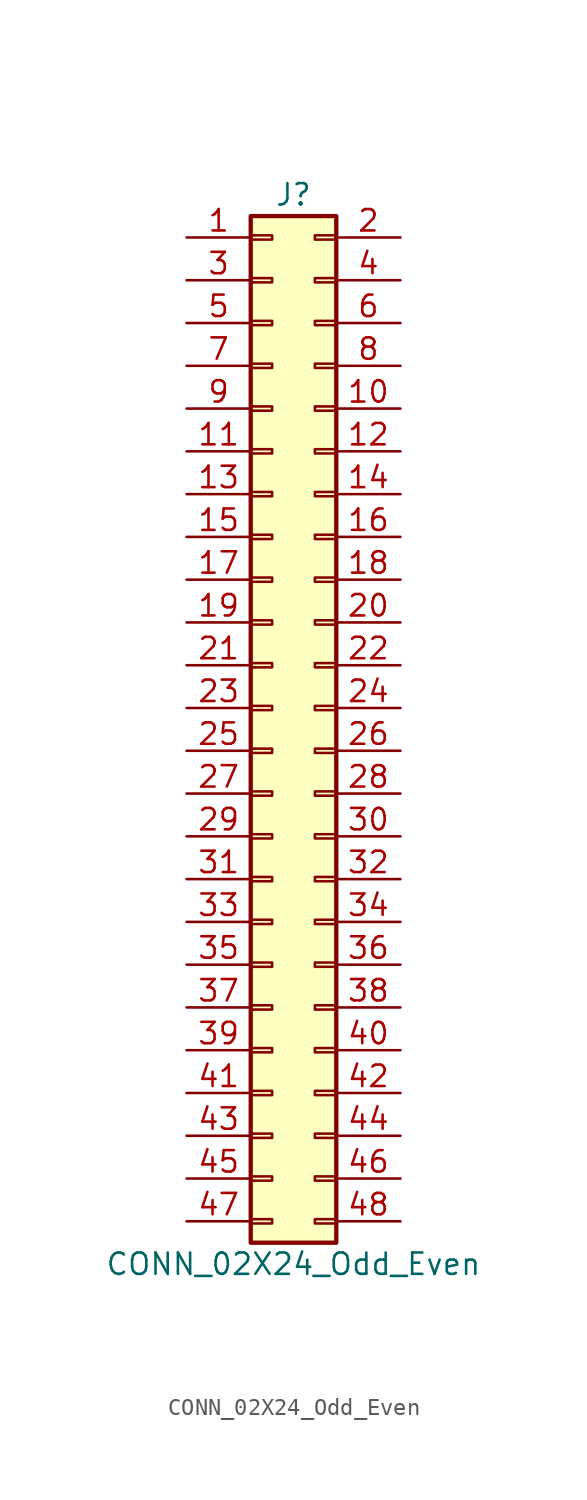
<source format=kicad_sym>
(kicad_symbol_lib
  (version 20211014)
  (generator kicad_symbol_editor)
  (symbol "CONN_02X24_Odd_Even"
    (pin_names
      (offset 1.016) hide)
    (property "Reference" "J"
      (at 1.27 30.48 0)
      (effects (font (size 1.27 1.27))))
    (property "Value" "CONN_02X24_Odd_Even"
      (at 1.27 -33.02 0)
      (effects (font (size 1.27 1.27))))
    (symbol "CONN_02X24_Odd_Even_1_1"
      (rectangle (start -1.27 -30.353) (end 0 -30.607) (stroke (width 0.152) (type default) (color 0 0 0 0)) (fill (type none)))
      (rectangle (start -1.27 -27.813) (end 0 -28.067) (stroke (width 0.152) (type default) (color 0 0 0 0)) (fill (type none)))
      (rectangle (start -1.27 -25.273) (end 0 -25.527) (stroke (width 0.152) (type default) (color 0 0 0 0)) (fill (type none)))
      (rectangle (start -1.27 -22.733) (end 0 -22.987) (stroke (width 0.152) (type default) (color 0 0 0 0)) (fill (type none)))
      (rectangle (start -1.27 -20.193) (end 0 -20.447) (stroke (width 0.152) (type default) (color 0 0 0 0)) (fill (type none)))
      (rectangle (start -1.27 -17.653) (end 0 -17.907) (stroke (width 0.152) (type default) (color 0 0 0 0)) (fill (type none)))
      (rectangle (start -1.27 -15.113) (end 0 -15.367) (stroke (width 0.152) (type default) (color 0 0 0 0)) (fill (type none)))
      (rectangle (start -1.27 -12.573) (end 0 -12.827) (stroke (width 0.152) (type default) (color 0 0 0 0)) (fill (type none)))
      (rectangle (start -1.27 -10.033) (end 0 -10.287) (stroke (width 0.152) (type default) (color 0 0 0 0)) (fill (type none)))
      (rectangle (start -1.27 -7.493) (end 0 -7.747) (stroke (width 0.152) (type default) (color 0 0 0 0)) (fill (type none)))
      (rectangle (start -1.27 -4.953) (end 0 -5.207) (stroke (width 0.152) (type default) (color 0 0 0 0)) (fill (type none)))
      (rectangle (start -1.27 -2.413) (end 0 -2.667) (stroke (width 0.152) (type default) (color 0 0 0 0)) (fill (type none)))
      (rectangle (start -1.27 0.127) (end 0 -0.127) (stroke (width 0.152) (type default) (color 0 0 0 0)) (fill (type none)))
      (rectangle (start -1.27 2.667) (end 0 2.413) (stroke (width 0.152) (type default) (color 0 0 0 0)) (fill (type none)))
      (rectangle (start -1.27 5.207) (end 0 4.953) (stroke (width 0.152) (type default) (color 0 0 0 0)) (fill (type none)))
      (rectangle (start -1.27 7.747) (end 0 7.493) (stroke (width 0.152) (type default) (color 0 0 0 0)) (fill (type none)))
      (rectangle (start -1.27 10.287) (end 0 10.033) (stroke (width 0.152) (type default) (color 0 0 0 0)) (fill (type none)))
      (rectangle (start -1.27 12.827) (end 0 12.573) (stroke (width 0.152) (type default) (color 0 0 0 0)) (fill (type none)))
      (rectangle (start -1.27 15.367) (end 0 15.113) (stroke (width 0.152) (type default) (color 0 0 0 0)) (fill (type none)))
      (rectangle (start -1.27 17.907) (end 0 17.653) (stroke (width 0.152) (type default) (color 0 0 0 0)) (fill (type none)))
      (rectangle (start -1.27 20.447) (end 0 20.193) (stroke (width 0.152) (type default) (color 0 0 0 0)) (fill (type none)))
      (rectangle (start -1.27 22.987) (end 0 22.733) (stroke (width 0.152) (type default) (color 0 0 0 0)) (fill (type none)))
      (rectangle (start -1.27 25.527) (end 0 25.273) (stroke (width 0.152) (type default) (color 0 0 0 0)) (fill (type none)))
      (rectangle (start -1.27 28.067) (end 0 27.813) (stroke (width 0.152) (type default) (color 0 0 0 0)) (fill (type none)))
      (rectangle (start -1.27 29.21) (end 3.81 -31.75) (stroke (width 0.254) (type default) (color 0 0 0 0)) (fill (type background)))
      (rectangle (start 3.81 -30.353) (end 2.54 -30.607) (stroke (width 0.152) (type default) (color 0 0 0 0)) (fill (type none)))
      (rectangle (start 3.81 -27.813) (end 2.54 -28.067) (stroke (width 0.152) (type default) (color 0 0 0 0)) (fill (type none)))
      (rectangle (start 3.81 -25.273) (end 2.54 -25.527) (stroke (width 0.152) (type default) (color 0 0 0 0)) (fill (type none)))
      (rectangle (start 3.81 -22.733) (end 2.54 -22.987) (stroke (width 0.152) (type default) (color 0 0 0 0)) (fill (type none)))
      (rectangle (start 3.81 -20.193) (end 2.54 -20.447) (stroke (width 0.152) (type default) (color 0 0 0 0)) (fill (type none)))
      (rectangle (start 3.81 -17.653) (end 2.54 -17.907) (stroke (width 0.152) (type default) (color 0 0 0 0)) (fill (type none)))
      (rectangle (start 3.81 -15.113) (end 2.54 -15.367) (stroke (width 0.152) (type default) (color 0 0 0 0)) (fill (type none)))
      (rectangle (start 3.81 -12.573) (end 2.54 -12.827) (stroke (width 0.152) (type default) (color 0 0 0 0)) (fill (type none)))
      (rectangle (start 3.81 -10.033) (end 2.54 -10.287) (stroke (width 0.152) (type default) (color 0 0 0 0)) (fill (type none)))
      (rectangle (start 3.81 -7.493) (end 2.54 -7.747) (stroke (width 0.152) (type default) (color 0 0 0 0)) (fill (type none)))
      (rectangle (start 3.81 -4.953) (end 2.54 -5.207) (stroke (width 0.152) (type default) (color 0 0 0 0)) (fill (type none)))
      (rectangle (start 3.81 -2.413) (end 2.54 -2.667) (stroke (width 0.152) (type default) (color 0 0 0 0)) (fill (type none)))
      (rectangle (start 3.81 0.127) (end 2.54 -0.127) (stroke (width 0.152) (type default) (color 0 0 0 0)) (fill (type none)))
      (rectangle (start 3.81 2.667) (end 2.54 2.413) (stroke (width 0.152) (type default) (color 0 0 0 0)) (fill (type none)))
      (rectangle (start 3.81 5.207) (end 2.54 4.953) (stroke (width 0.152) (type default) (color 0 0 0 0)) (fill (type none)))
      (rectangle (start 3.81 7.747) (end 2.54 7.493) (stroke (width 0.152) (type default) (color 0 0 0 0)) (fill (type none)))
      (rectangle (start 3.81 10.287) (end 2.54 10.033) (stroke (width 0.152) (type default) (color 0 0 0 0)) (fill (type none)))
      (rectangle (start 3.81 12.827) (end 2.54 12.573) (stroke (width 0.152) (type default) (color 0 0 0 0)) (fill (type none)))
      (rectangle (start 3.81 15.367) (end 2.54 15.113) (stroke (width 0.152) (type default) (color 0 0 0 0)) (fill (type none)))
      (rectangle (start 3.81 17.907) (end 2.54 17.653) (stroke (width 0.152) (type default) (color 0 0 0 0)) (fill (type none)))
      (rectangle (start 3.81 20.447) (end 2.54 20.193) (stroke (width 0.152) (type default) (color 0 0 0 0)) (fill (type none)))
      (rectangle (start 3.81 22.987) (end 2.54 22.733) (stroke (width 0.152) (type default) (color 0 0 0 0)) (fill (type none)))
      (rectangle (start 3.81 25.527) (end 2.54 25.273) (stroke (width 0.152) (type default) (color 0 0 0 0)) (fill (type none)))
      (rectangle (start 3.81 28.067) (end 2.54 27.813) (stroke (width 0.152) (type default) (color 0 0 0 0)) (fill (type none)))
      (pin passive line (at -5.08 27.94 0) (length 3.81) (name "Pin_1" (effects (font (size 1.27 1.27)))) (number "1" (effects (font (size 1.27 1.27)))))
      (pin passive line (at 7.62 17.78 180) (length 3.81) (name "Pin_10" (effects (font (size 1.27 1.27)))) (number "10" (effects (font (size 1.27 1.27)))))
      (pin passive line (at -5.08 15.24 0) (length 3.81) (name "Pin_11" (effects (font (size 1.27 1.27)))) (number "11" (effects (font (size 1.27 1.27)))))
      (pin passive line (at 7.62 15.24 180) (length 3.81) (name "Pin_12" (effects (font (size 1.27 1.27)))) (number "12" (effects (font (size 1.27 1.27)))))
      (pin passive line (at -5.08 12.7 0) (length 3.81) (name "Pin_13" (effects (font (size 1.27 1.27)))) (number "13" (effects (font (size 1.27 1.27)))))
      (pin passive line (at 7.62 12.7 180) (length 3.81) (name "Pin_14" (effects (font (size 1.27 1.27)))) (number "14" (effects (font (size 1.27 1.27)))))
      (pin passive line (at -5.08 10.16 0) (length 3.81) (name "Pin_15" (effects (font (size 1.27 1.27)))) (number "15" (effects (font (size 1.27 1.27)))))
      (pin passive line (at 7.62 10.16 180) (length 3.81) (name "Pin_16" (effects (font (size 1.27 1.27)))) (number "16" (effects (font (size 1.27 1.27)))))
      (pin passive line (at -5.08 7.62 0) (length 3.81) (name "Pin_17" (effects (font (size 1.27 1.27)))) (number "17" (effects (font (size 1.27 1.27)))))
      (pin passive line (at 7.62 7.62 180) (length 3.81) (name "Pin_18" (effects (font (size 1.27 1.27)))) (number "18" (effects (font (size 1.27 1.27)))))
      (pin passive line (at -5.08 5.08 0) (length 3.81) (name "Pin_19" (effects (font (size 1.27 1.27)))) (number "19" (effects (font (size 1.27 1.27)))))
      (pin passive line (at 7.62 27.94 180) (length 3.81) (name "Pin_2" (effects (font (size 1.27 1.27)))) (number "2" (effects (font (size 1.27 1.27)))))
      (pin passive line (at 7.62 5.08 180) (length 3.81) (name "Pin_20" (effects (font (size 1.27 1.27)))) (number "20" (effects (font (size 1.27 1.27)))))
      (pin passive line (at -5.08 2.54 0) (length 3.81) (name "Pin_21" (effects (font (size 1.27 1.27)))) (number "21" (effects (font (size 1.27 1.27)))))
      (pin passive line (at 7.62 2.54 180) (length 3.81) (name "Pin_22" (effects (font (size 1.27 1.27)))) (number "22" (effects (font (size 1.27 1.27)))))
      (pin passive line (at -5.08 0 0) (length 3.81) (name "Pin_23" (effects (font (size 1.27 1.27)))) (number "23" (effects (font (size 1.27 1.27)))))
      (pin passive line (at 7.62 0 180) (length 3.81) (name "Pin_24" (effects (font (size 1.27 1.27)))) (number "24" (effects (font (size 1.27 1.27)))))
      (pin passive line (at -5.08 -2.54 0) (length 3.81) (name "Pin_25" (effects (font (size 1.27 1.27)))) (number "25" (effects (font (size 1.27 1.27)))))
      (pin passive line (at 7.62 -2.54 180) (length 3.81) (name "Pin_26" (effects (font (size 1.27 1.27)))) (number "26" (effects (font (size 1.27 1.27)))))
      (pin passive line (at -5.08 -5.08 0) (length 3.81) (name "Pin_27" (effects (font (size 1.27 1.27)))) (number "27" (effects (font (size 1.27 1.27)))))
      (pin passive line (at 7.62 -5.08 180) (length 3.81) (name "Pin_28" (effects (font (size 1.27 1.27)))) (number "28" (effects (font (size 1.27 1.27)))))
      (pin passive line (at -5.08 -7.62 0) (length 3.81) (name "Pin_29" (effects (font (size 1.27 1.27)))) (number "29" (effects (font (size 1.27 1.27)))))
      (pin passive line (at -5.08 25.4 0) (length 3.81) (name "Pin_3" (effects (font (size 1.27 1.27)))) (number "3" (effects (font (size 1.27 1.27)))))
      (pin passive line (at 7.62 -7.62 180) (length 3.81) (name "Pin_30" (effects (font (size 1.27 1.27)))) (number "30" (effects (font (size 1.27 1.27)))))
      (pin passive line (at -5.08 -10.16 0) (length 3.81) (name "Pin_31" (effects (font (size 1.27 1.27)))) (number "31" (effects (font (size 1.27 1.27)))))
      (pin passive line (at 7.62 -10.16 180) (length 3.81) (name "Pin_32" (effects (font (size 1.27 1.27)))) (number "32" (effects (font (size 1.27 1.27)))))
      (pin passive line (at -5.08 -12.7 0) (length 3.81) (name "Pin_33" (effects (font (size 1.27 1.27)))) (number "33" (effects (font (size 1.27 1.27)))))
      (pin passive line (at 7.62 -12.7 180) (length 3.81) (name "Pin_34" (effects (font (size 1.27 1.27)))) (number "34" (effects (font (size 1.27 1.27)))))
      (pin passive line (at -5.08 -15.24 0) (length 3.81) (name "Pin_35" (effects (font (size 1.27 1.27)))) (number "35" (effects (font (size 1.27 1.27)))))
      (pin passive line (at 7.62 -15.24 180) (length 3.81) (name "Pin_36" (effects (font (size 1.27 1.27)))) (number "36" (effects (font (size 1.27 1.27)))))
      (pin passive line (at -5.08 -17.78 0) (length 3.81) (name "Pin_37" (effects (font (size 1.27 1.27)))) (number "37" (effects (font (size 1.27 1.27)))))
      (pin passive line (at 7.62 -17.78 180) (length 3.81) (name "Pin_38" (effects (font (size 1.27 1.27)))) (number "38" (effects (font (size 1.27 1.27)))))
      (pin passive line (at -5.08 -20.32 0) (length 3.81) (name "Pin_39" (effects (font (size 1.27 1.27)))) (number "39" (effects (font (size 1.27 1.27)))))
      (pin passive line (at 7.62 25.4 180) (length 3.81) (name "Pin_4" (effects (font (size 1.27 1.27)))) (number "4" (effects (font (size 1.27 1.27)))))
      (pin passive line (at 7.62 -20.32 180) (length 3.81) (name "Pin_40" (effects (font (size 1.27 1.27)))) (number "40" (effects (font (size 1.27 1.27)))))
      (pin passive line (at -5.08 -22.86 0) (length 3.81) (name "Pin_41" (effects (font (size 1.27 1.27)))) (number "41" (effects (font (size 1.27 1.27)))))
      (pin passive line (at 7.62 -22.86 180) (length 3.81) (name "Pin_42" (effects (font (size 1.27 1.27)))) (number "42" (effects (font (size 1.27 1.27)))))
      (pin passive line (at -5.08 -25.4 0) (length 3.81) (name "Pin_43" (effects (font (size 1.27 1.27)))) (number "43" (effects (font (size 1.27 1.27)))))
      (pin passive line (at 7.62 -25.4 180) (length 3.81) (name "Pin_44" (effects (font (size 1.27 1.27)))) (number "44" (effects (font (size 1.27 1.27)))))
      (pin passive line (at -5.08 -27.94 0) (length 3.81) (name "Pin_45" (effects (font (size 1.27 1.27)))) (number "45" (effects (font (size 1.27 1.27)))))
      (pin passive line (at 7.62 -27.94 180) (length 3.81) (name "Pin_46" (effects (font (size 1.27 1.27)))) (number "46" (effects (font (size 1.27 1.27)))))
      (pin passive line (at -5.08 -30.48 0) (length 3.81) (name "Pin_47" (effects (font (size 1.27 1.27)))) (number "47" (effects (font (size 1.27 1.27)))))
      (pin passive line (at 7.62 -30.48 180) (length 3.81) (name "Pin_48" (effects (font (size 1.27 1.27)))) (number "48" (effects (font (size 1.27 1.27)))))
      (pin passive line (at -5.08 22.86 0) (length 3.81) (name "Pin_5" (effects (font (size 1.27 1.27)))) (number "5" (effects (font (size 1.27 1.27)))))
      (pin passive line (at 7.62 22.86 180) (length 3.81) (name "Pin_6" (effects (font (size 1.27 1.27)))) (number "6" (effects (font (size 1.27 1.27)))))
      (pin passive line (at -5.08 20.32 0) (length 3.81) (name "Pin_7" (effects (font (size 1.27 1.27)))) (number "7" (effects (font (size 1.27 1.27)))))
      (pin passive line (at 7.62 20.32 180) (length 3.81) (name "Pin_8" (effects (font (size 1.27 1.27)))) (number "8" (effects (font (size 1.27 1.27)))))
      (pin passive line (at -5.08 17.78 0) (length 3.81) (name "Pin_9" (effects (font (size 1.27 1.27)))) (number "9" (effects (font (size 1.27 1.27))))))))
</source>
